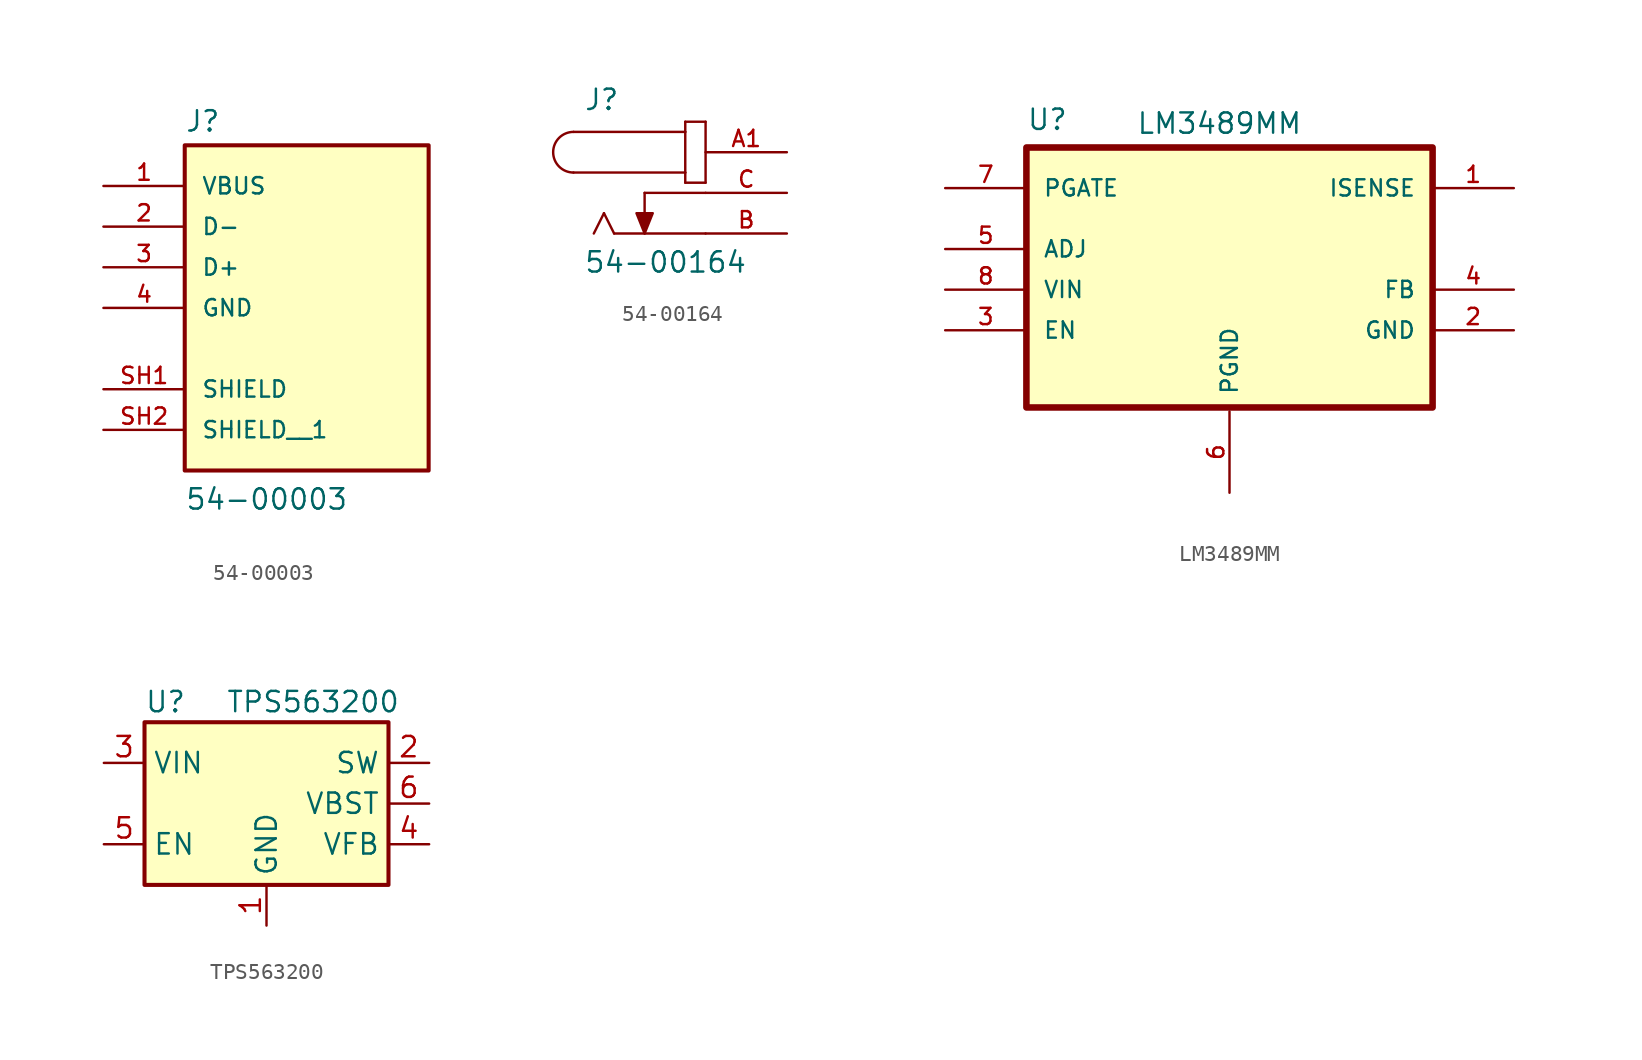
<source format=kicad_sym>
(kicad_symbol_lib
  (version 20231120)
  (generator "kicad_symbol_editor")
  (generator_version "8.0")
  (symbol "54-00003"
    (pin_names
      (offset 1.016))
    (property "Reference" "J"
      (at -7.62 10.922 0)
      (effects (font (size 1.27 1.27)) (justify left bottom)))
    (property "Value" "54-00003"
      (at -7.62 -12.7 0)
      (effects (font (size 1.27 1.27)) (justify left bottom)))
    (symbol "54-00003_0_0"
      (rectangle (start -7.62 -10.16) (end 7.62 10.16) (stroke (width 0.254) (type default)) (fill (type background)))
      (pin power_in line (at -12.7 7.62 0) (length 5.08) (name "VBUS" (effects (font (size 1.016 1.016)))) (number "1" (effects (font (size 1.016 1.016)))))
      (pin bidirectional line (at -12.7 5.08 0) (length 5.08) (name "D-" (effects (font (size 1.016 1.016)))) (number "2" (effects (font (size 1.016 1.016)))))
      (pin bidirectional line (at -12.7 2.54 0) (length 5.08) (name "D+" (effects (font (size 1.016 1.016)))) (number "3" (effects (font (size 1.016 1.016)))))
      (pin power_in line (at -12.7 0 0) (length 5.08) (name "GND" (effects (font (size 1.016 1.016)))) (number "4" (effects (font (size 1.016 1.016)))))
      (pin passive line (at -12.7 -5.08 0) (length 5.08) (name "SHIELD" (effects (font (size 1.016 1.016)))) (number "SH1" (effects (font (size 1.016 1.016)))))
      (pin passive line (at -12.7 -7.62 0) (length 5.08) (name "SHIELD__1" (effects (font (size 1.016 1.016)))) (number "SH2" (effects (font (size 1.016 1.016)))))))
  (symbol "54-00164"
    (pin_names
      (offset 1.016))
    (property "Reference" "J"
      (at -7.62 5.08 0)
      (effects (font (size 1.27 1.27)) (justify left bottom)))
    (property "Value" "54-00164"
      (at -7.62 -5.08 0)
      (effects (font (size 1.27 1.27)) (justify left bottom)))
    (symbol "54-00164_0_0"
      (arc (start -8.255 3.81) (mid -9.5194 2.54) (end -8.255 1.27) (stroke (width 0.1524) (type default)) (fill (type none)))
      (polyline (pts (xy -8.255 3.81) (xy -1.27 3.81)) (stroke (width 0.152) (type default)) (fill (type none)))
      (polyline (pts (xy -6.35 -1.27) (xy -6.985 -2.54)) (stroke (width 0.152) (type default)) (fill (type none)))
      (polyline (pts (xy -5.715 -2.54) (xy -6.35 -1.27)) (stroke (width 0.152) (type default)) (fill (type none)))
      (polyline (pts (xy -3.81 0) (xy -3.81 -2.54)) (stroke (width 0.152) (type default)) (fill (type none)))
      (polyline (pts (xy -1.27 0.635) (xy 0 0.635)) (stroke (width 0.152) (type default)) (fill (type none)))
      (polyline (pts (xy -1.27 1.27) (xy -8.255 1.27)) (stroke (width 0.152) (type default)) (fill (type none)))
      (polyline (pts (xy -1.27 1.27) (xy -1.27 0.635)) (stroke (width 0.152) (type default)) (fill (type none)))
      (polyline (pts (xy -1.27 3.81) (xy -1.27 1.27)) (stroke (width 0.152) (type default)) (fill (type none)))
      (polyline (pts (xy -1.27 4.445) (xy -1.27 3.81)) (stroke (width 0.152) (type default)) (fill (type none)))
      (polyline (pts (xy 0 -2.54) (xy -5.715 -2.54)) (stroke (width 0.152) (type default)) (fill (type none)))
      (polyline (pts (xy 0 0) (xy -3.81 0)) (stroke (width 0.152) (type default)) (fill (type none)))
      (polyline (pts (xy 0 0.635) (xy 0 4.445)) (stroke (width 0.152) (type default)) (fill (type none)))
      (polyline (pts (xy 0 4.445) (xy -1.27 4.445)) (stroke (width 0.152) (type default)) (fill (type none)))
      (polyline (pts (xy -3.81 -2.54) (xy -4.318 -1.27) (xy -3.302 -1.27) (xy -3.81 -2.54)) (stroke (width 0.152) (type default)) (fill (type outline)))
      (pin passive line (at 5.08 2.54 180) (length 5.08) (name "~" (effects (font (size 1.016 1.016)))) (number "A1" (effects (font (size 1.016 1.016)))))
      (pin passive line (at 5.08 -2.54 180) (length 5.08) (name "~" (effects (font (size 1.016 1.016)))) (number "B" (effects (font (size 1.016 1.016)))))
      (pin passive line (at 5.08 0 180) (length 5.08) (name "~" (effects (font (size 1.016 1.016)))) (number "C" (effects (font (size 1.016 1.016))))))
    (symbol "54-00164_1_0"
      (pin passive line (at 5.08 2.54 180) (length 5.08) hide (name "~" (effects (font (size 1.016 1.016)))) (number "A2" (effects (font (size 1.016 1.016)))))))
  (symbol "LM3489MM"
    (pin_names
      (offset 1.016))
    (property "Reference" "U"
      (at -12.7 13.7 0)
      (effects (font (size 1.27 1.27)) (justify left bottom)))
    (property "Value" "LM3489MM"
      (at -5.842 13.462 0)
      (effects (font (size 1.27 1.27)) (justify left bottom)))
    (symbol "LM3489MM_0_0"
      (rectangle (start -12.7 12.7) (end 12.7 -3.556) (stroke (width 0.41) (type default)) (fill (type background)))
      (pin input line (at 17.78 10.16 180) (length 5.08) (name "ISENSE" (effects (font (size 1.016 1.016)))) (number "1" (effects (font (size 1.016 1.016)))))
      (pin power_in line (at 17.78 1.27 180) (length 5.08) (name "GND" (effects (font (size 1.016 1.016)))) (number "2" (effects (font (size 1.016 1.016)))))
      (pin input line (at -17.78 1.27 0) (length 5.08) (name "EN" (effects (font (size 1.016 1.016)))) (number "3" (effects (font (size 1.016 1.016)))))
      (pin input line (at 17.78 3.81 180) (length 5.08) (name "FB" (effects (font (size 1.016 1.016)))) (number "4" (effects (font (size 1.016 1.016)))))
      (pin input line (at -17.78 6.35 0) (length 5.08) (name "ADJ" (effects (font (size 1.016 1.016)))) (number "5" (effects (font (size 1.016 1.016)))))
      (pin power_in line (at 0 -8.89 90) (length 5.08) (name "PGND" (effects (font (size 1.016 1.016)))) (number "6" (effects (font (size 1.016 1.016)))))
      (pin output line (at -17.78 10.16 0) (length 5.08) (name "PGATE" (effects (font (size 1.016 1.016)))) (number "7" (effects (font (size 1.016 1.016)))))
      (pin input line (at -17.78 3.81 0) (length 5.08) (name "VIN" (effects (font (size 1.016 1.016)))) (number "8" (effects (font (size 1.016 1.016)))))))
  (symbol "TPS563200"
    (property "Reference" "U"
      (at -7.62 6.35 0)
      (effects (font (size 1.27 1.27)) (justify left)))
    (property "Value" "TPS563200"
      (at -2.54 6.35 0)
      (effects (font (size 1.27 1.27)) (justify left)))
    (symbol "TPS563200_0_1"
      (rectangle (start -7.62 5.08) (end 7.62 -5.08) (stroke (width 0.254) (type default)) (fill (type background))))
    (symbol "TPS563200_1_1"
      (pin power_in line (at 0 -7.62 90) (length 2.54) (name "GND" (effects (font (size 1.27 1.27)))) (number "1" (effects (font (size 1.27 1.27)))))
      (pin output line (at 10.16 2.54 180) (length 2.54) (name "SW" (effects (font (size 1.27 1.27)))) (number "2" (effects (font (size 1.27 1.27)))))
      (pin power_in line (at -10.16 2.54 0) (length 2.54) (name "VIN" (effects (font (size 1.27 1.27)))) (number "3" (effects (font (size 1.27 1.27)))))
      (pin input line (at 10.16 -2.54 180) (length 2.54) (name "VFB" (effects (font (size 1.27 1.27)))) (number "4" (effects (font (size 1.27 1.27)))))
      (pin input line (at -10.16 -2.54 0) (length 2.54) (name "EN" (effects (font (size 1.27 1.27)))) (number "5" (effects (font (size 1.27 1.27)))))
      (pin passive line (at 10.16 0 180) (length 2.54) (name "VBST" (effects (font (size 1.27 1.27)))) (number "6" (effects (font (size 1.27 1.27))))))))
</source>
